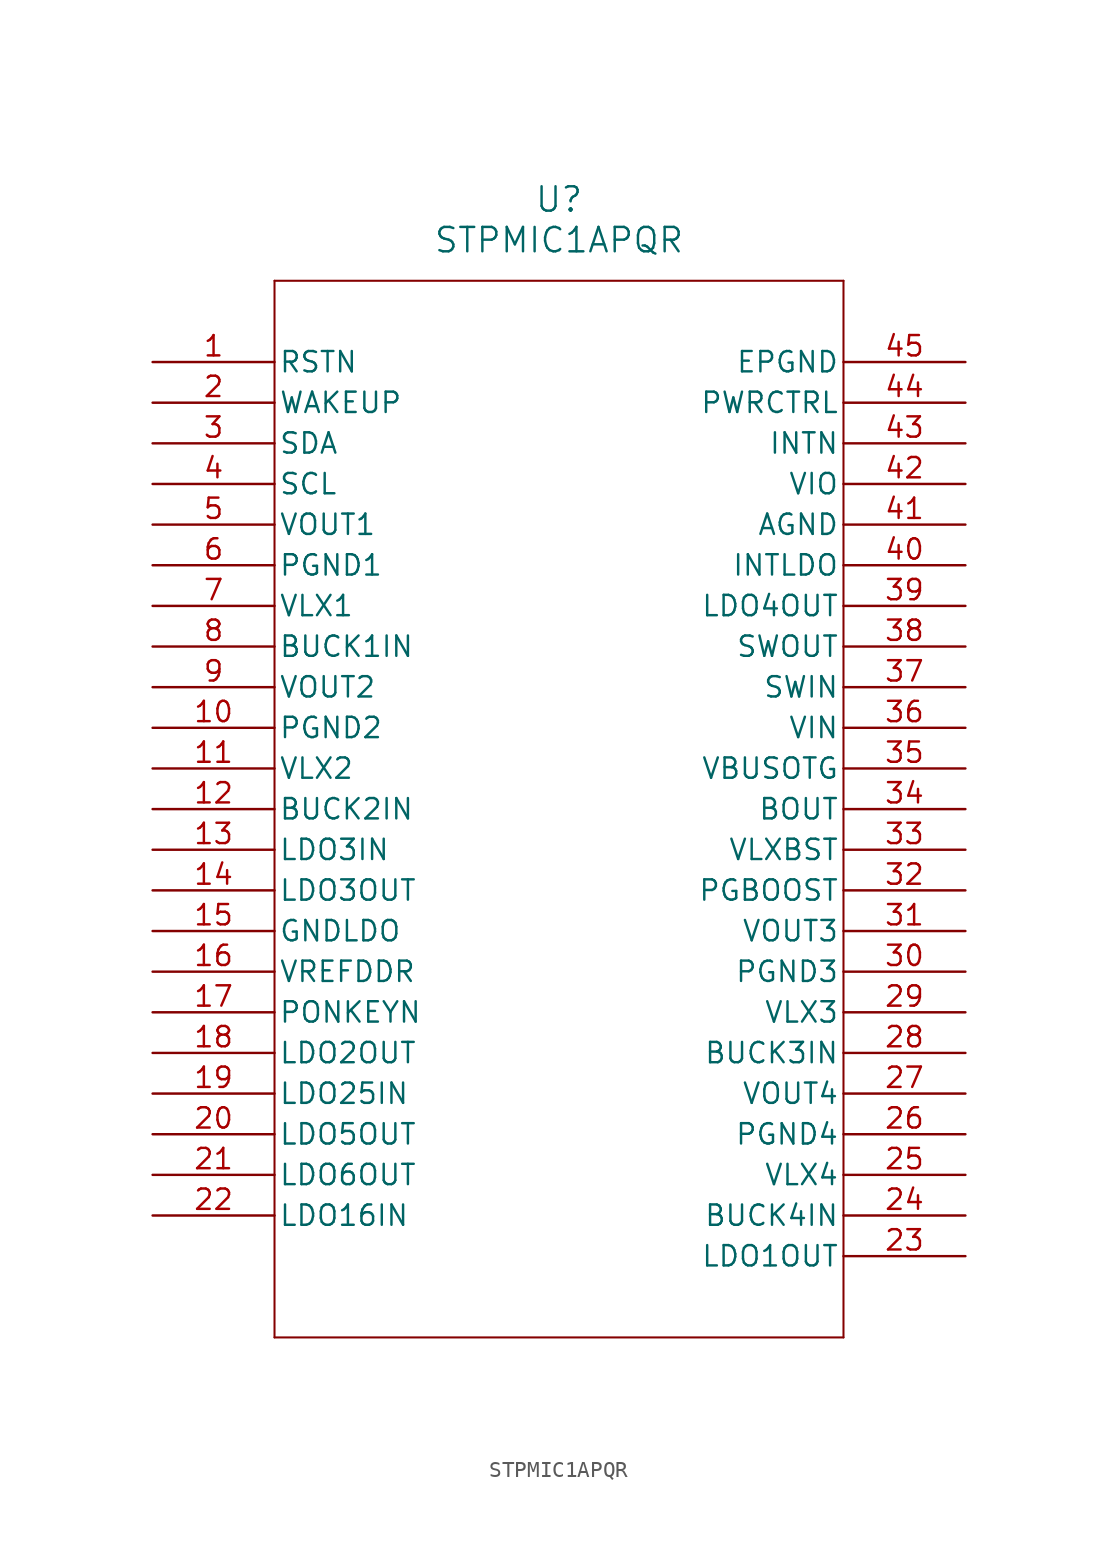
<source format=kicad_sym>
(kicad_symbol_lib
  (version 20211014)
  (generator kicad_symbol_editor)
  (symbol "STPMIC1APQR"
    (pin_names
      (offset 0.254))
    (property "Reference" "U"
      (at 25.4 10.16 0)
      (effects (font (size 1.524 1.524))))
    (property "Value" "STPMIC1APQR"
      (at 25.4 7.62 0)
      (effects (font (size 1.524 1.524))))
    (symbol "STPMIC1APQR_0_1"
      (polyline (pts (xy 7.62 5.08) (xy 7.62 -60.96)) (stroke (width 0.127) (type default) (color 0 0 0 0)) (fill (type none)))
      (polyline (pts (xy 7.62 -60.96) (xy 43.18 -60.96)) (stroke (width 0.127) (type default) (color 0 0 0 0)) (fill (type none)))
      (polyline (pts (xy 43.18 -60.96) (xy 43.18 5.08)) (stroke (width 0.127) (type default) (color 0 0 0 0)) (fill (type none)))
      (polyline (pts (xy 43.18 5.08) (xy 7.62 5.08)) (stroke (width 0.127) (type default) (color 0 0 0 0)) (fill (type none)))
      (pin bidirectional line (at 0 0 0) (length 7.62) (name "RSTN" (effects (font (size 1.27 1.27)))) (number "1" (effects (font (size 1.27 1.27)))))
      (pin input line (at 0 -2.54 0) (length 7.62) (name "WAKEUP" (effects (font (size 1.27 1.27)))) (number "2" (effects (font (size 1.27 1.27)))))
      (pin bidirectional line (at 0 -5.08 0) (length 7.62) (name "SDA" (effects (font (size 1.27 1.27)))) (number "3" (effects (font (size 1.27 1.27)))))
      (pin input line (at 0 -7.62 0) (length 7.62) (name "SCL" (effects (font (size 1.27 1.27)))) (number "4" (effects (font (size 1.27 1.27)))))
      (pin output line (at 0 -10.16 0) (length 7.62) (name "VOUT1" (effects (font (size 1.27 1.27)))) (number "5" (effects (font (size 1.27 1.27)))))
      (pin power_in line (at 0 -12.7 0) (length 7.62) (name "PGND1" (effects (font (size 1.27 1.27)))) (number "6" (effects (font (size 1.27 1.27)))))
      (pin output line (at 0 -15.24 0) (length 7.62) (name "VLX1" (effects (font (size 1.27 1.27)))) (number "7" (effects (font (size 1.27 1.27)))))
      (pin input line (at 0 -17.78 0) (length 7.62) (name "BUCK1IN" (effects (font (size 1.27 1.27)))) (number "8" (effects (font (size 1.27 1.27)))))
      (pin output line (at 0 -20.32 0) (length 7.62) (name "VOUT2" (effects (font (size 1.27 1.27)))) (number "9" (effects (font (size 1.27 1.27)))))
      (pin power_in line (at 0 -22.86 0) (length 7.62) (name "PGND2" (effects (font (size 1.27 1.27)))) (number "10" (effects (font (size 1.27 1.27)))))
      (pin output line (at 0 -25.4 0) (length 7.62) (name "VLX2" (effects (font (size 1.27 1.27)))) (number "11" (effects (font (size 1.27 1.27)))))
      (pin input line (at 0 -27.94 0) (length 7.62) (name "BUCK2IN" (effects (font (size 1.27 1.27)))) (number "12" (effects (font (size 1.27 1.27)))))
      (pin input line (at 0 -30.48 0) (length 7.62) (name "LDO3IN" (effects (font (size 1.27 1.27)))) (number "13" (effects (font (size 1.27 1.27)))))
      (pin output line (at 0 -33.02 0) (length 7.62) (name "LDO3OUT" (effects (font (size 1.27 1.27)))) (number "14" (effects (font (size 1.27 1.27)))))
      (pin power_in line (at 0 -35.56 0) (length 7.62) (name "GNDLDO" (effects (font (size 1.27 1.27)))) (number "15" (effects (font (size 1.27 1.27)))))
      (pin output line (at 0 -38.1 0) (length 7.62) (name "VREFDDR" (effects (font (size 1.27 1.27)))) (number "16" (effects (font (size 1.27 1.27)))))
      (pin input line (at 0 -40.64 0) (length 7.62) (name "PONKEYN" (effects (font (size 1.27 1.27)))) (number "17" (effects (font (size 1.27 1.27)))))
      (pin output line (at 0 -43.18 0) (length 7.62) (name "LDO2OUT" (effects (font (size 1.27 1.27)))) (number "18" (effects (font (size 1.27 1.27)))))
      (pin input line (at 0 -45.72 0) (length 7.62) (name "LDO25IN" (effects (font (size 1.27 1.27)))) (number "19" (effects (font (size 1.27 1.27)))))
      (pin output line (at 0 -48.26 0) (length 7.62) (name "LDO5OUT" (effects (font (size 1.27 1.27)))) (number "20" (effects (font (size 1.27 1.27)))))
      (pin output line (at 0 -50.8 0) (length 7.62) (name "LDO6OUT" (effects (font (size 1.27 1.27)))) (number "21" (effects (font (size 1.27 1.27)))))
      (pin input line (at 0 -53.34 0) (length 7.62) (name "LDO16IN" (effects (font (size 1.27 1.27)))) (number "22" (effects (font (size 1.27 1.27)))))
      (pin output line (at 50.8 -55.88 180) (length 7.62) (name "LDO1OUT" (effects (font (size 1.27 1.27)))) (number "23" (effects (font (size 1.27 1.27)))))
      (pin input line (at 50.8 -53.34 180) (length 7.62) (name "BUCK4IN" (effects (font (size 1.27 1.27)))) (number "24" (effects (font (size 1.27 1.27)))))
      (pin output line (at 50.8 -50.8 180) (length 7.62) (name "VLX4" (effects (font (size 1.27 1.27)))) (number "25" (effects (font (size 1.27 1.27)))))
      (pin power_in line (at 50.8 -48.26 180) (length 7.62) (name "PGND4" (effects (font (size 1.27 1.27)))) (number "26" (effects (font (size 1.27 1.27)))))
      (pin output line (at 50.8 -45.72 180) (length 7.62) (name "VOUT4" (effects (font (size 1.27 1.27)))) (number "27" (effects (font (size 1.27 1.27)))))
      (pin input line (at 50.8 -43.18 180) (length 7.62) (name "BUCK3IN" (effects (font (size 1.27 1.27)))) (number "28" (effects (font (size 1.27 1.27)))))
      (pin output line (at 50.8 -40.64 180) (length 7.62) (name "VLX3" (effects (font (size 1.27 1.27)))) (number "29" (effects (font (size 1.27 1.27)))))
      (pin power_in line (at 50.8 -38.1 180) (length 7.62) (name "PGND3" (effects (font (size 1.27 1.27)))) (number "30" (effects (font (size 1.27 1.27)))))
      (pin output line (at 50.8 -35.56 180) (length 7.62) (name "VOUT3" (effects (font (size 1.27 1.27)))) (number "31" (effects (font (size 1.27 1.27)))))
      (pin unspecified line (at 50.8 -33.02 180) (length 7.62) (name "PGBOOST" (effects (font (size 1.27 1.27)))) (number "32" (effects (font (size 1.27 1.27)))))
      (pin input line (at 50.8 -30.48 180) (length 7.62) (name "VLXBST" (effects (font (size 1.27 1.27)))) (number "33" (effects (font (size 1.27 1.27)))))
      (pin output line (at 50.8 -27.94 180) (length 7.62) (name "BOUT" (effects (font (size 1.27 1.27)))) (number "34" (effects (font (size 1.27 1.27)))))
      (pin output line (at 50.8 -25.4 180) (length 7.62) (name "VBUSOTG" (effects (font (size 1.27 1.27)))) (number "35" (effects (font (size 1.27 1.27)))))
      (pin input line (at 50.8 -22.86 180) (length 7.62) (name "VIN" (effects (font (size 1.27 1.27)))) (number "36" (effects (font (size 1.27 1.27)))))
      (pin input line (at 50.8 -20.32 180) (length 7.62) (name "SWIN" (effects (font (size 1.27 1.27)))) (number "37" (effects (font (size 1.27 1.27)))))
      (pin output line (at 50.8 -17.78 180) (length 7.62) (name "SWOUT" (effects (font (size 1.27 1.27)))) (number "38" (effects (font (size 1.27 1.27)))))
      (pin output line (at 50.8 -15.24 180) (length 7.62) (name "LDO4OUT" (effects (font (size 1.27 1.27)))) (number "39" (effects (font (size 1.27 1.27)))))
      (pin output line (at 50.8 -12.7 180) (length 7.62) (name "INTLDO" (effects (font (size 1.27 1.27)))) (number "40" (effects (font (size 1.27 1.27)))))
      (pin power_in line (at 50.8 -10.16 180) (length 7.62) (name "AGND" (effects (font (size 1.27 1.27)))) (number "41" (effects (font (size 1.27 1.27)))))
      (pin input line (at 50.8 -7.62 180) (length 7.62) (name "VIO" (effects (font (size 1.27 1.27)))) (number "42" (effects (font (size 1.27 1.27)))))
      (pin output line (at 50.8 -5.08 180) (length 7.62) (name "INTN" (effects (font (size 1.27 1.27)))) (number "43" (effects (font (size 1.27 1.27)))))
      (pin input line (at 50.8 -2.54 180) (length 7.62) (name "PWRCTRL" (effects (font (size 1.27 1.27)))) (number "44" (effects (font (size 1.27 1.27)))))
      (pin power_out line (at 50.8 0 180) (length 7.62) (name "EPGND" (effects (font (size 1.27 1.27)))) (number "45" (effects (font (size 1.27 1.27))))))))
</source>
